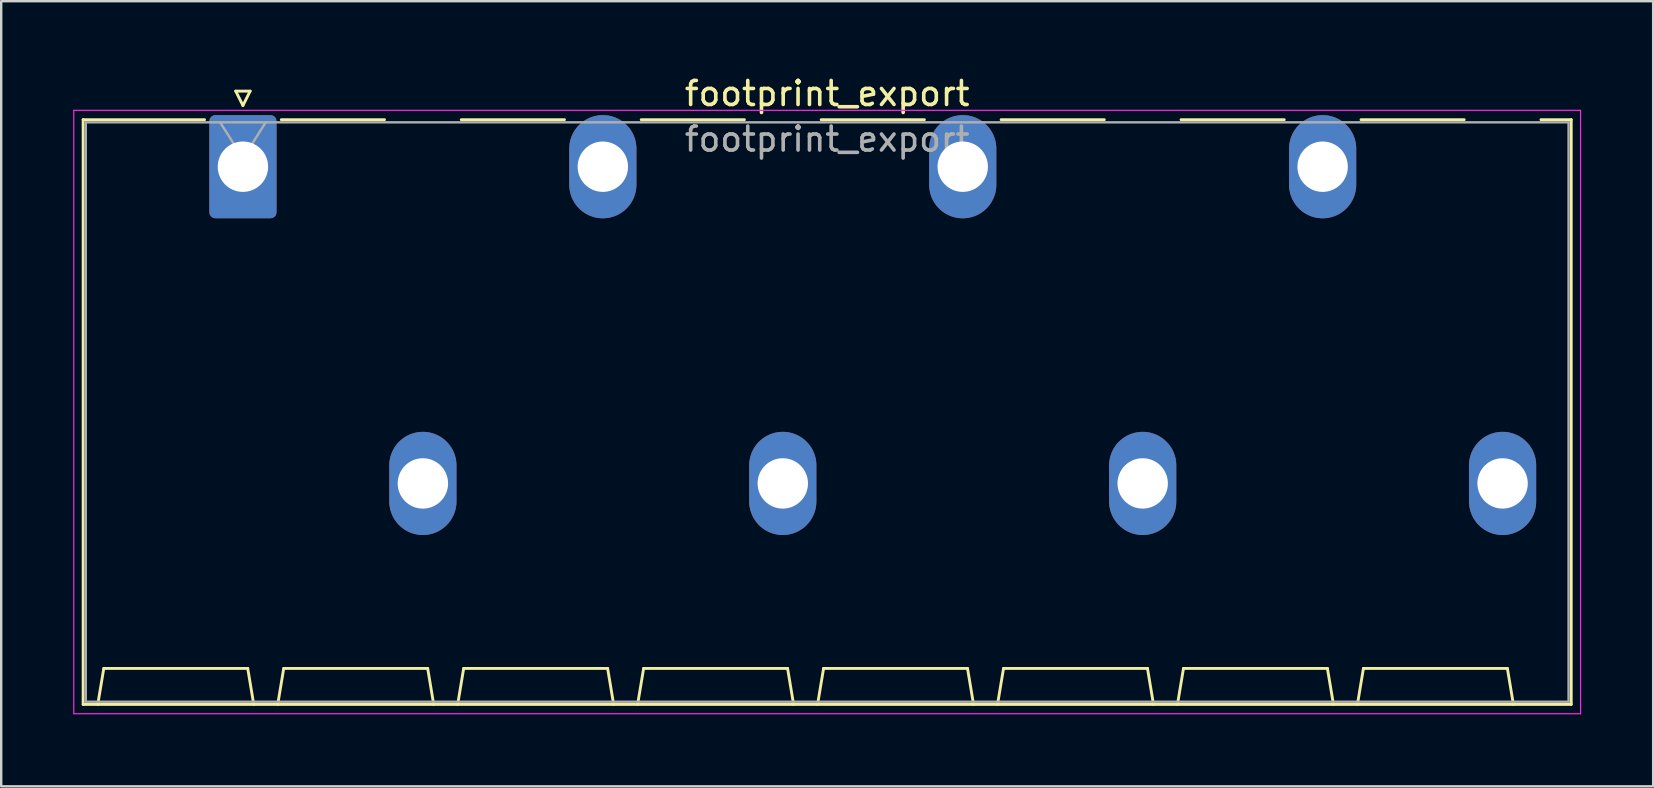
<source format=kicad_pcb>
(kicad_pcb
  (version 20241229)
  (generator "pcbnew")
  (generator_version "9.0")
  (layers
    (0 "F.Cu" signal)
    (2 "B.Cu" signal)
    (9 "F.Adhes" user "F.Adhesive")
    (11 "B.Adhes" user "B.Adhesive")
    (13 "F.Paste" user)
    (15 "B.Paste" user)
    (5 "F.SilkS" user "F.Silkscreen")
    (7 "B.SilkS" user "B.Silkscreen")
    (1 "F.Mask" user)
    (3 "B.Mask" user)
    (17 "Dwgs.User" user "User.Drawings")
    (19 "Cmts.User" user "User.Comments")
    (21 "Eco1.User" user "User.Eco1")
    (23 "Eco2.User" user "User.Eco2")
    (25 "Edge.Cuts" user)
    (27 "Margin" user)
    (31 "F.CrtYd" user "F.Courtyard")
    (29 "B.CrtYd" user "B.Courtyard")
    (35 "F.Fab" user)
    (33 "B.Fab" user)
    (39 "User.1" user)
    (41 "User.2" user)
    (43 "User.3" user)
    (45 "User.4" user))
  (footprint "footprint_export"
    (layer "F.Cu")
    (at 7.075 3.898)
    (property "Reference" "footprint_export" (at 24.35 -3.05 0) (layer "F.SilkS") (effects (font (size 1 1) (thickness 0.15))))
    (attr through_hole)
    (fp_line (start -6.66 -1.96) (end -1.6 -1.96) (stroke (width 0.12) (type solid)) (layer "F.SilkS"))
    (fp_line (start -6.66 22.41) (end -6.66 -1.96) (stroke (width 0.12) (type solid)) (layer "F.SilkS"))
    (fp_line (start -6.05 22.41) (end -5.8 20.91) (stroke (width 0.12) (type solid)) (layer "F.SilkS"))
    (fp_line (start -5.8 20.91) (end 0.2 20.91) (stroke (width 0.12) (type solid)) (layer "F.SilkS"))
    (fp_line (start -0.3 -3.15) (end 0 -2.55) (stroke (width 0.12) (type solid)) (layer "F.SilkS"))
    (fp_line (start -0.3 -3.15) (end 0.3 -3.15) (stroke (width 0.12) (type solid)) (layer "F.SilkS"))
    (fp_line (start 0.3 -3.15) (end 0 -2.55) (stroke (width 0.12) (type solid)) (layer "F.SilkS"))
    (fp_line (start 0.45 22.41) (end 0.2 20.91) (stroke (width 0.12) (type solid)) (layer "F.SilkS"))
    (fp_line (start 1.45 22.41) (end 1.7 20.91) (stroke (width 0.12) (type solid)) (layer "F.SilkS"))
    (fp_line (start 1.6 -1.96) (end 5.9 -1.96) (stroke (width 0.12) (type solid)) (layer "F.SilkS"))
    (fp_line (start 1.7 20.91) (end 7.7 20.91) (stroke (width 0.12) (type solid)) (layer "F.SilkS"))
    (fp_line (start 7.95 22.41) (end 7.7 20.91) (stroke (width 0.12) (type solid)) (layer "F.SilkS"))
    (fp_line (start 8.95 22.41) (end 9.2 20.91) (stroke (width 0.12) (type solid)) (layer "F.SilkS"))
    (fp_line (start 9.1 -1.96) (end 13.4 -1.96) (stroke (width 0.12) (type solid)) (layer "F.SilkS"))
    (fp_line (start 9.2 20.91) (end 15.2 20.91) (stroke (width 0.12) (type solid)) (layer "F.SilkS"))
    (fp_line (start 15.45 22.41) (end 15.2 20.91) (stroke (width 0.12) (type solid)) (layer "F.SilkS"))
    (fp_line (start 16.45 22.41) (end 16.7 20.91) (stroke (width 0.12) (type solid)) (layer "F.SilkS"))
    (fp_line (start 16.6 -1.96) (end 20.9 -1.96) (stroke (width 0.12) (type solid)) (layer "F.SilkS"))
    (fp_line (start 16.7 20.91) (end 22.7 20.91) (stroke (width 0.12) (type solid)) (layer "F.SilkS"))
    (fp_line (start 22.95 22.41) (end 22.7 20.91) (stroke (width 0.12) (type solid)) (layer "F.SilkS"))
    (fp_line (start 23.95 22.41) (end 24.2 20.91) (stroke (width 0.12) (type solid)) (layer "F.SilkS"))
    (fp_line (start 24.1 -1.96) (end 28.4 -1.96) (stroke (width 0.12) (type solid)) (layer "F.SilkS"))
    (fp_line (start 24.2 20.91) (end 30.2 20.91) (stroke (width 0.12) (type solid)) (layer "F.SilkS"))
    (fp_line (start 30.45 22.41) (end 30.2 20.91) (stroke (width 0.12) (type solid)) (layer "F.SilkS"))
    (fp_line (start 31.45 22.41) (end 31.7 20.91) (stroke (width 0.12) (type solid)) (layer "F.SilkS"))
    (fp_line (start 31.6 -1.96) (end 35.9 -1.96) (stroke (width 0.12) (type solid)) (layer "F.SilkS"))
    (fp_line (start 31.7 20.91) (end 37.7 20.91) (stroke (width 0.12) (type solid)) (layer "F.SilkS"))
    (fp_line (start 37.95 22.41) (end 37.7 20.91) (stroke (width 0.12) (type solid)) (layer "F.SilkS"))
    (fp_line (start 38.95 22.41) (end 39.2 20.91) (stroke (width 0.12) (type solid)) (layer "F.SilkS"))
    (fp_line (start 39.1 -1.96) (end 43.4 -1.96) (stroke (width 0.12) (type solid)) (layer "F.SilkS"))
    (fp_line (start 39.2 20.91) (end 45.2 20.91) (stroke (width 0.12) (type solid)) (layer "F.SilkS"))
    (fp_line (start 45.45 22.41) (end 45.2 20.91) (stroke (width 0.12) (type solid)) (layer "F.SilkS"))
    (fp_line (start 46.45 22.41) (end 46.7 20.91) (stroke (width 0.12) (type solid)) (layer "F.SilkS"))
    (fp_line (start 46.6 -1.96) (end 50.9 -1.96) (stroke (width 0.12) (type solid)) (layer "F.SilkS"))
    (fp_line (start 46.7 20.91) (end 52.7 20.91) (stroke (width 0.12) (type solid)) (layer "F.SilkS"))
    (fp_line (start 52.95 22.41) (end 52.7 20.91) (stroke (width 0.12) (type solid)) (layer "F.SilkS"))
    (fp_line (start 54.1 -1.96) (end 55.36 -1.96) (stroke (width 0.12) (type solid)) (layer "F.SilkS"))
    (fp_line (start 55.36 -1.96) (end 55.36 22.41) (stroke (width 0.12) (type solid)) (layer "F.SilkS"))
    (fp_line (start 55.36 22.41) (end -6.66 22.41) (stroke (width 0.12) (type solid)) (layer "F.SilkS"))
    (fp_line (start -7.05 -2.35) (end -7.05 22.8) (stroke (width 0.05) (type solid)) (layer "F.CrtYd"))
    (fp_line (start -7.05 22.8) (end 55.75 22.8) (stroke (width 0.05) (type solid)) (layer "F.CrtYd"))
    (fp_line (start 55.75 -2.35) (end -7.05 -2.35) (stroke (width 0.05) (type solid)) (layer "F.CrtYd"))
    (fp_line (start 55.75 22.8) (end 55.75 -2.35) (stroke (width 0.05) (type solid)) (layer "F.CrtYd"))
    (fp_line (start -6.55 -1.85) (end -6.55 22.3) (stroke (width 0.1) (type solid)) (layer "F.Fab"))
    (fp_line (start -6.55 22.3) (end 55.25 22.3) (stroke (width 0.1) (type solid)) (layer "F.Fab"))
    (fp_line (start -0.95 -1.85) (end 0 -0.35) (stroke (width 0.1) (type solid)) (layer "F.Fab"))
    (fp_line (start 0.95 -1.85) (end 0 -0.35) (stroke (width 0.1) (type solid)) (layer "F.Fab"))
    (fp_line (start 55.25 -1.85) (end -6.55 -1.85) (stroke (width 0.1) (type solid)) (layer "F.Fab"))
    (fp_line (start 55.25 22.3) (end 55.25 -1.85) (stroke (width 0.1) (type solid)) (layer "F.Fab"))
    (fp_text user "${REFERENCE}" (at 24.35 -1.15 0) (layer "F.Fab") (effects (font (size 1 1) (thickness 0.15))))
    (pad "1" thru_hole roundrect (at 0 0) (size 2.8 4.3) (drill 2.1) (layers "*.Cu" "*.Mask") (roundrect_rratio 0.089))
    (pad "2" thru_hole oval (at 7.5 13.2) (size 2.8 4.3) (drill 2.1) (layers "*.Cu" "*.Mask"))
    (pad "3" thru_hole oval (at 15 0) (size 2.8 4.3) (drill 2.1) (layers "*.Cu" "*.Mask"))
    (pad "4" thru_hole oval (at 22.5 13.2) (size 2.8 4.3) (drill 2.1) (layers "*.Cu" "*.Mask"))
    (pad "5" thru_hole oval (at 30 0) (size 2.8 4.3) (drill 2.1) (layers "*.Cu" "*.Mask"))
    (pad "6" thru_hole oval (at 37.5 13.2) (size 2.8 4.3) (drill 2.1) (layers "*.Cu" "*.Mask"))
    (pad "7" thru_hole oval (at 45 0) (size 2.8 4.3) (drill 2.1) (layers "*.Cu" "*.Mask"))
    (pad "8" thru_hole oval (at 52.5 13.2) (size 2.8 4.3) (drill 2.1) (layers "*.Cu" "*.Mask")))
  (gr_rect
    (start -3 -3)
    (end 65.85 29.723)
    (stroke (width 0.1) (type default))
    (fill no)
    (layer "Edge.Cuts")))
</source>
